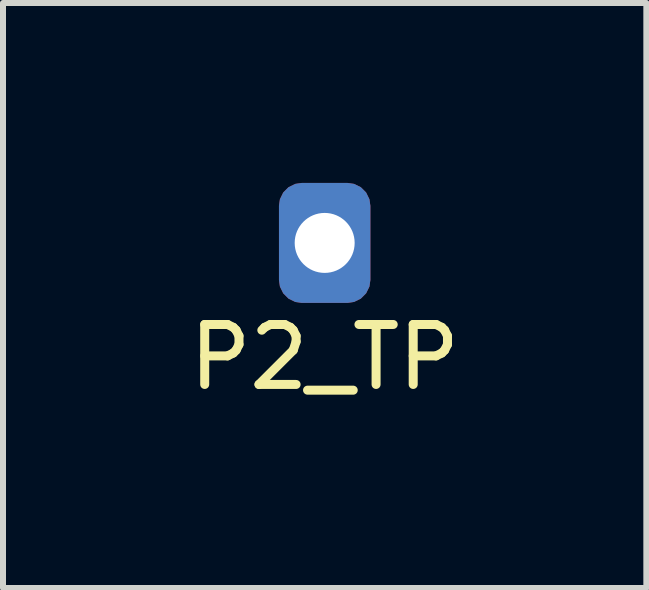
<source format=kicad_pcb>
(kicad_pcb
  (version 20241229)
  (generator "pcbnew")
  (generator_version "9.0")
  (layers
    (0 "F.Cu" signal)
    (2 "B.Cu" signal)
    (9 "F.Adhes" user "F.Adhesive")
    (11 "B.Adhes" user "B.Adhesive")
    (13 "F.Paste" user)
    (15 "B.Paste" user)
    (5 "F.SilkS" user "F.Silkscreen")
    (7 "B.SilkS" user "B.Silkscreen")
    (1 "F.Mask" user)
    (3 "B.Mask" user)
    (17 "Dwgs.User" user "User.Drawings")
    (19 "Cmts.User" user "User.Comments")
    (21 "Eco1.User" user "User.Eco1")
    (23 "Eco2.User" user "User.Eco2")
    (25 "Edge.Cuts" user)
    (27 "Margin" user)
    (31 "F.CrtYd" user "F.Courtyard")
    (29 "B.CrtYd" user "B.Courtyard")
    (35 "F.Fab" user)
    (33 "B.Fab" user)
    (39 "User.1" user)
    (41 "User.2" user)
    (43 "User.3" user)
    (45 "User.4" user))
  (footprint "P2_TP"
    (layer "F.Cu")
    (at 2.363 1)
    (property "Reference" "P2_TP" (at 0 1.905 0) (layer "F.SilkS") (effects (font (size 1 1) (thickness 0.15))))
    (attr through_hole)
    (pad "1" thru_hole roundrect (at 0 0) (size 1.524 2) (drill 1) (layers "*.Cu" "*.Mask") (roundrect_rratio 0.25)))
  (gr_rect
    (start -3 -3)
    (end 7.726 6.753)
    (stroke (width 0.1) (type default))
    (fill no)
    (layer "Edge.Cuts")))
</source>
